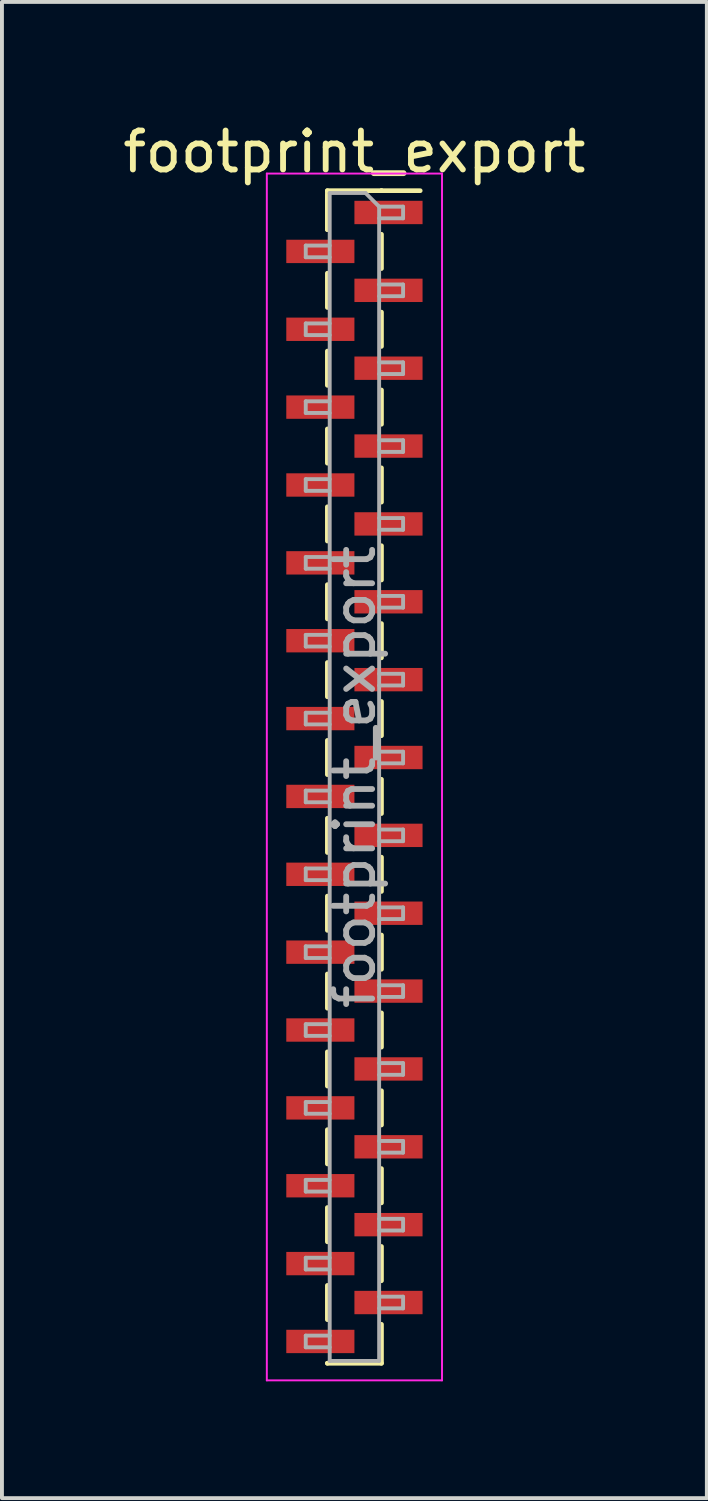
<source format=kicad_pcb>
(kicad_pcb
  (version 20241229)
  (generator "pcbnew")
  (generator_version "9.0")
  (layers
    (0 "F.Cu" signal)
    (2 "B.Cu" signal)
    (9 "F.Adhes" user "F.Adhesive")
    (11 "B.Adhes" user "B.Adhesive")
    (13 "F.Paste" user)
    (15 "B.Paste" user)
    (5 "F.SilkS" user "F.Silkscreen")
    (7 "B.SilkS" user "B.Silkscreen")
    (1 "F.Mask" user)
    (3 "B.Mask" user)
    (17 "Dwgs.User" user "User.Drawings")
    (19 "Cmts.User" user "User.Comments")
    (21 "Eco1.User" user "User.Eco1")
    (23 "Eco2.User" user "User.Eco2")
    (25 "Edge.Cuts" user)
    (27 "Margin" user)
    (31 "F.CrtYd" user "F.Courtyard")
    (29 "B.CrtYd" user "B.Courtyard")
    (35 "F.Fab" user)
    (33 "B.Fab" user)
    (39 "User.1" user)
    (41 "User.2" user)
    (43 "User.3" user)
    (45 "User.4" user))
  (footprint "footprint_export"
    (layer "F.Cu")
    (at 6.054 16.908)
    (property "Reference" "footprint_export" (at 0 -16.06 0) (layer "F.SilkS") (effects (font (size 1 1) (thickness 0.15))))
    (attr smd)
    (fp_line (start -0.695 -15.06) (end -0.695 -14.06) (stroke (width 0.12) (type solid)) (layer "F.SilkS"))
    (fp_line (start -0.695 -15.06) (end 0.695 -15.06) (stroke (width 0.12) (type solid)) (layer "F.SilkS"))
    (fp_line (start -0.695 -14.94) (end -0.695 -14.06) (stroke (width 0.12) (type solid)) (layer "F.SilkS"))
    (fp_line (start -0.695 -12.94) (end -0.695 -12.06) (stroke (width 0.12) (type solid)) (layer "F.SilkS"))
    (fp_line (start -0.695 -10.94) (end -0.695 -10.06) (stroke (width 0.12) (type solid)) (layer "F.SilkS"))
    (fp_line (start -0.695 -8.94) (end -0.695 -8.06) (stroke (width 0.12) (type solid)) (layer "F.SilkS"))
    (fp_line (start -0.695 -6.94) (end -0.695 -6.06) (stroke (width 0.12) (type solid)) (layer "F.SilkS"))
    (fp_line (start -0.695 -4.94) (end -0.695 -4.06) (stroke (width 0.12) (type solid)) (layer "F.SilkS"))
    (fp_line (start -0.695 -2.94) (end -0.695 -2.06) (stroke (width 0.12) (type solid)) (layer "F.SilkS"))
    (fp_line (start -0.695 -0.94) (end -0.695 -0.06) (stroke (width 0.12) (type solid)) (layer "F.SilkS"))
    (fp_line (start -0.695 1.06) (end -0.695 1.94) (stroke (width 0.12) (type solid)) (layer "F.SilkS"))
    (fp_line (start -0.695 3.06) (end -0.695 3.94) (stroke (width 0.12) (type solid)) (layer "F.SilkS"))
    (fp_line (start -0.695 5.06) (end -0.695 5.94) (stroke (width 0.12) (type solid)) (layer "F.SilkS"))
    (fp_line (start -0.695 7.06) (end -0.695 7.94) (stroke (width 0.12) (type solid)) (layer "F.SilkS"))
    (fp_line (start -0.695 9.06) (end -0.695 9.94) (stroke (width 0.12) (type solid)) (layer "F.SilkS"))
    (fp_line (start -0.695 11.06) (end -0.695 11.94) (stroke (width 0.12) (type solid)) (layer "F.SilkS"))
    (fp_line (start -0.695 13.06) (end -0.695 13.94) (stroke (width 0.12) (type solid)) (layer "F.SilkS"))
    (fp_line (start -0.695 15.06) (end -0.695 15.06) (stroke (width 0.12) (type solid)) (layer "F.SilkS"))
    (fp_line (start -0.695 15.06) (end 0.695 15.06) (stroke (width 0.12) (type solid)) (layer "F.SilkS"))
    (fp_line (start 0.695 -15.06) (end 0.695 -15.06) (stroke (width 0.12) (type solid)) (layer "F.SilkS"))
    (fp_line (start 0.695 -15.06) (end 1.69 -15.06) (stroke (width 0.12) (type solid)) (layer "F.SilkS"))
    (fp_line (start 0.695 -13.94) (end 0.695 -13.06) (stroke (width 0.12) (type solid)) (layer "F.SilkS"))
    (fp_line (start 0.695 -11.94) (end 0.695 -11.06) (stroke (width 0.12) (type solid)) (layer "F.SilkS"))
    (fp_line (start 0.695 -9.94) (end 0.695 -9.06) (stroke (width 0.12) (type solid)) (layer "F.SilkS"))
    (fp_line (start 0.695 -7.94) (end 0.695 -7.06) (stroke (width 0.12) (type solid)) (layer "F.SilkS"))
    (fp_line (start 0.695 -5.94) (end 0.695 -5.06) (stroke (width 0.12) (type solid)) (layer "F.SilkS"))
    (fp_line (start 0.695 -3.94) (end 0.695 -3.06) (stroke (width 0.12) (type solid)) (layer "F.SilkS"))
    (fp_line (start 0.695 -1.94) (end 0.695 -1.06) (stroke (width 0.12) (type solid)) (layer "F.SilkS"))
    (fp_line (start 0.695 0.06) (end 0.695 0.94) (stroke (width 0.12) (type solid)) (layer "F.SilkS"))
    (fp_line (start 0.695 2.06) (end 0.695 2.94) (stroke (width 0.12) (type solid)) (layer "F.SilkS"))
    (fp_line (start 0.695 4.06) (end 0.695 4.94) (stroke (width 0.12) (type solid)) (layer "F.SilkS"))
    (fp_line (start 0.695 6.06) (end 0.695 6.94) (stroke (width 0.12) (type solid)) (layer "F.SilkS"))
    (fp_line (start 0.695 8.06) (end 0.695 8.94) (stroke (width 0.12) (type solid)) (layer "F.SilkS"))
    (fp_line (start 0.695 10.06) (end 0.695 10.94) (stroke (width 0.12) (type solid)) (layer "F.SilkS"))
    (fp_line (start 0.695 12.06) (end 0.695 12.94) (stroke (width 0.12) (type solid)) (layer "F.SilkS"))
    (fp_line (start 0.695 14.06) (end 0.695 15.06) (stroke (width 0.12) (type solid)) (layer "F.SilkS"))
    (fp_line (start -2.25 -15.5) (end -2.25 15.5) (stroke (width 0.05) (type solid)) (layer "F.CrtYd"))
    (fp_line (start -2.25 15.5) (end 2.25 15.5) (stroke (width 0.05) (type solid)) (layer "F.CrtYd"))
    (fp_line (start 2.25 -15.5) (end -2.25 -15.5) (stroke (width 0.05) (type solid)) (layer "F.CrtYd"))
    (fp_line (start 2.25 15.5) (end 2.25 -15.5) (stroke (width 0.05) (type solid)) (layer "F.CrtYd"))
    (fp_line (start -1.25 -13.65) (end -1.25 -13.35) (stroke (width 0.1) (type solid)) (layer "F.Fab"))
    (fp_line (start -1.25 -13.35) (end -0.635 -13.35) (stroke (width 0.1) (type solid)) (layer "F.Fab"))
    (fp_line (start -1.25 -11.65) (end -1.25 -11.35) (stroke (width 0.1) (type solid)) (layer "F.Fab"))
    (fp_line (start -1.25 -11.35) (end -0.635 -11.35) (stroke (width 0.1) (type solid)) (layer "F.Fab"))
    (fp_line (start -1.25 -9.65) (end -1.25 -9.35) (stroke (width 0.1) (type solid)) (layer "F.Fab"))
    (fp_line (start -1.25 -9.35) (end -0.635 -9.35) (stroke (width 0.1) (type solid)) (layer "F.Fab"))
    (fp_line (start -1.25 -7.65) (end -1.25 -7.35) (stroke (width 0.1) (type solid)) (layer "F.Fab"))
    (fp_line (start -1.25 -7.35) (end -0.635 -7.35) (stroke (width 0.1) (type solid)) (layer "F.Fab"))
    (fp_line (start -1.25 -5.65) (end -1.25 -5.35) (stroke (width 0.1) (type solid)) (layer "F.Fab"))
    (fp_line (start -1.25 -5.35) (end -0.635 -5.35) (stroke (width 0.1) (type solid)) (layer "F.Fab"))
    (fp_line (start -1.25 -3.65) (end -1.25 -3.35) (stroke (width 0.1) (type solid)) (layer "F.Fab"))
    (fp_line (start -1.25 -3.35) (end -0.635 -3.35) (stroke (width 0.1) (type solid)) (layer "F.Fab"))
    (fp_line (start -1.25 -1.65) (end -1.25 -1.35) (stroke (width 0.1) (type solid)) (layer "F.Fab"))
    (fp_line (start -1.25 -1.35) (end -0.635 -1.35) (stroke (width 0.1) (type solid)) (layer "F.Fab"))
    (fp_line (start -1.25 0.35) (end -1.25 0.65) (stroke (width 0.1) (type solid)) (layer "F.Fab"))
    (fp_line (start -1.25 0.65) (end -0.635 0.65) (stroke (width 0.1) (type solid)) (layer "F.Fab"))
    (fp_line (start -1.25 2.35) (end -1.25 2.65) (stroke (width 0.1) (type solid)) (layer "F.Fab"))
    (fp_line (start -1.25 2.65) (end -0.635 2.65) (stroke (width 0.1) (type solid)) (layer "F.Fab"))
    (fp_line (start -1.25 4.35) (end -1.25 4.65) (stroke (width 0.1) (type solid)) (layer "F.Fab"))
    (fp_line (start -1.25 4.65) (end -0.635 4.65) (stroke (width 0.1) (type solid)) (layer "F.Fab"))
    (fp_line (start -1.25 6.35) (end -1.25 6.65) (stroke (width 0.1) (type solid)) (layer "F.Fab"))
    (fp_line (start -1.25 6.65) (end -0.635 6.65) (stroke (width 0.1) (type solid)) (layer "F.Fab"))
    (fp_line (start -1.25 8.35) (end -1.25 8.65) (stroke (width 0.1) (type solid)) (layer "F.Fab"))
    (fp_line (start -1.25 8.65) (end -0.635 8.65) (stroke (width 0.1) (type solid)) (layer "F.Fab"))
    (fp_line (start -1.25 10.35) (end -1.25 10.65) (stroke (width 0.1) (type solid)) (layer "F.Fab"))
    (fp_line (start -1.25 10.65) (end -0.635 10.65) (stroke (width 0.1) (type solid)) (layer "F.Fab"))
    (fp_line (start -1.25 12.35) (end -1.25 12.65) (stroke (width 0.1) (type solid)) (layer "F.Fab"))
    (fp_line (start -1.25 12.65) (end -0.635 12.65) (stroke (width 0.1) (type solid)) (layer "F.Fab"))
    (fp_line (start -1.25 14.35) (end -1.25 14.65) (stroke (width 0.1) (type solid)) (layer "F.Fab"))
    (fp_line (start -1.25 14.65) (end -0.635 14.65) (stroke (width 0.1) (type solid)) (layer "F.Fab"))
    (fp_line (start -0.635 -15) (end -0.635 15) (stroke (width 0.1) (type solid)) (layer "F.Fab"))
    (fp_line (start -0.635 -15) (end 0.285 -15) (stroke (width 0.1) (type solid)) (layer "F.Fab"))
    (fp_line (start -0.635 -13.65) (end -1.25 -13.65) (stroke (width 0.1) (type solid)) (layer "F.Fab"))
    (fp_line (start -0.635 -11.65) (end -1.25 -11.65) (stroke (width 0.1) (type solid)) (layer "F.Fab"))
    (fp_line (start -0.635 -9.65) (end -1.25 -9.65) (stroke (width 0.1) (type solid)) (layer "F.Fab"))
    (fp_line (start -0.635 -7.65) (end -1.25 -7.65) (stroke (width 0.1) (type solid)) (layer "F.Fab"))
    (fp_line (start -0.635 -5.65) (end -1.25 -5.65) (stroke (width 0.1) (type solid)) (layer "F.Fab"))
    (fp_line (start -0.635 -3.65) (end -1.25 -3.65) (stroke (width 0.1) (type solid)) (layer "F.Fab"))
    (fp_line (start -0.635 -1.65) (end -1.25 -1.65) (stroke (width 0.1) (type solid)) (layer "F.Fab"))
    (fp_line (start -0.635 0.35) (end -1.25 0.35) (stroke (width 0.1) (type solid)) (layer "F.Fab"))
    (fp_line (start -0.635 2.35) (end -1.25 2.35) (stroke (width 0.1) (type solid)) (layer "F.Fab"))
    (fp_line (start -0.635 4.35) (end -1.25 4.35) (stroke (width 0.1) (type solid)) (layer "F.Fab"))
    (fp_line (start -0.635 6.35) (end -1.25 6.35) (stroke (width 0.1) (type solid)) (layer "F.Fab"))
    (fp_line (start -0.635 8.35) (end -1.25 8.35) (stroke (width 0.1) (type solid)) (layer "F.Fab"))
    (fp_line (start -0.635 10.35) (end -1.25 10.35) (stroke (width 0.1) (type solid)) (layer "F.Fab"))
    (fp_line (start -0.635 12.35) (end -1.25 12.35) (stroke (width 0.1) (type solid)) (layer "F.Fab"))
    (fp_line (start -0.635 14.35) (end -1.25 14.35) (stroke (width 0.1) (type solid)) (layer "F.Fab"))
    (fp_line (start 0.635 -14.65) (end 0.285 -15) (stroke (width 0.1) (type solid)) (layer "F.Fab"))
    (fp_line (start 0.635 -14.65) (end 1.25 -14.65) (stroke (width 0.1) (type solid)) (layer "F.Fab"))
    (fp_line (start 0.635 -12.65) (end 1.25 -12.65) (stroke (width 0.1) (type solid)) (layer "F.Fab"))
    (fp_line (start 0.635 -10.65) (end 1.25 -10.65) (stroke (width 0.1) (type solid)) (layer "F.Fab"))
    (fp_line (start 0.635 -8.65) (end 1.25 -8.65) (stroke (width 0.1) (type solid)) (layer "F.Fab"))
    (fp_line (start 0.635 -6.65) (end 1.25 -6.65) (stroke (width 0.1) (type solid)) (layer "F.Fab"))
    (fp_line (start 0.635 -4.65) (end 1.25 -4.65) (stroke (width 0.1) (type solid)) (layer "F.Fab"))
    (fp_line (start 0.635 -2.65) (end 1.25 -2.65) (stroke (width 0.1) (type solid)) (layer "F.Fab"))
    (fp_line (start 0.635 -0.65) (end 1.25 -0.65) (stroke (width 0.1) (type solid)) (layer "F.Fab"))
    (fp_line (start 0.635 1.35) (end 1.25 1.35) (stroke (width 0.1) (type solid)) (layer "F.Fab"))
    (fp_line (start 0.635 3.35) (end 1.25 3.35) (stroke (width 0.1) (type solid)) (layer "F.Fab"))
    (fp_line (start 0.635 5.35) (end 1.25 5.35) (stroke (width 0.1) (type solid)) (layer "F.Fab"))
    (fp_line (start 0.635 7.35) (end 1.25 7.35) (stroke (width 0.1) (type solid)) (layer "F.Fab"))
    (fp_line (start 0.635 9.35) (end 1.25 9.35) (stroke (width 0.1) (type solid)) (layer "F.Fab"))
    (fp_line (start 0.635 11.35) (end 1.25 11.35) (stroke (width 0.1) (type solid)) (layer "F.Fab"))
    (fp_line (start 0.635 13.35) (end 1.25 13.35) (stroke (width 0.1) (type solid)) (layer "F.Fab"))
    (fp_line (start 0.635 15) (end -0.635 15) (stroke (width 0.1) (type solid)) (layer "F.Fab"))
    (fp_line (start 0.635 15) (end 0.635 -14.65) (stroke (width 0.1) (type solid)) (layer "F.Fab"))
    (fp_line (start 1.25 -14.65) (end 1.25 -14.35) (stroke (width 0.1) (type solid)) (layer "F.Fab"))
    (fp_line (start 1.25 -14.35) (end 0.635 -14.35) (stroke (width 0.1) (type solid)) (layer "F.Fab"))
    (fp_line (start 1.25 -12.65) (end 1.25 -12.35) (stroke (width 0.1) (type solid)) (layer "F.Fab"))
    (fp_line (start 1.25 -12.35) (end 0.635 -12.35) (stroke (width 0.1) (type solid)) (layer "F.Fab"))
    (fp_line (start 1.25 -10.65) (end 1.25 -10.35) (stroke (width 0.1) (type solid)) (layer "F.Fab"))
    (fp_line (start 1.25 -10.35) (end 0.635 -10.35) (stroke (width 0.1) (type solid)) (layer "F.Fab"))
    (fp_line (start 1.25 -8.65) (end 1.25 -8.35) (stroke (width 0.1) (type solid)) (layer "F.Fab"))
    (fp_line (start 1.25 -8.35) (end 0.635 -8.35) (stroke (width 0.1) (type solid)) (layer "F.Fab"))
    (fp_line (start 1.25 -6.65) (end 1.25 -6.35) (stroke (width 0.1) (type solid)) (layer "F.Fab"))
    (fp_line (start 1.25 -6.35) (end 0.635 -6.35) (stroke (width 0.1) (type solid)) (layer "F.Fab"))
    (fp_line (start 1.25 -4.65) (end 1.25 -4.35) (stroke (width 0.1) (type solid)) (layer "F.Fab"))
    (fp_line (start 1.25 -4.35) (end 0.635 -4.35) (stroke (width 0.1) (type solid)) (layer "F.Fab"))
    (fp_line (start 1.25 -2.65) (end 1.25 -2.35) (stroke (width 0.1) (type solid)) (layer "F.Fab"))
    (fp_line (start 1.25 -2.35) (end 0.635 -2.35) (stroke (width 0.1) (type solid)) (layer "F.Fab"))
    (fp_line (start 1.25 -0.65) (end 1.25 -0.35) (stroke (width 0.1) (type solid)) (layer "F.Fab"))
    (fp_line (start 1.25 -0.35) (end 0.635 -0.35) (stroke (width 0.1) (type solid)) (layer "F.Fab"))
    (fp_line (start 1.25 1.35) (end 1.25 1.65) (stroke (width 0.1) (type solid)) (layer "F.Fab"))
    (fp_line (start 1.25 1.65) (end 0.635 1.65) (stroke (width 0.1) (type solid)) (layer "F.Fab"))
    (fp_line (start 1.25 3.35) (end 1.25 3.65) (stroke (width 0.1) (type solid)) (layer "F.Fab"))
    (fp_line (start 1.25 3.65) (end 0.635 3.65) (stroke (width 0.1) (type solid)) (layer "F.Fab"))
    (fp_line (start 1.25 5.35) (end 1.25 5.65) (stroke (width 0.1) (type solid)) (layer "F.Fab"))
    (fp_line (start 1.25 5.65) (end 0.635 5.65) (stroke (width 0.1) (type solid)) (layer "F.Fab"))
    (fp_line (start 1.25 7.35) (end 1.25 7.65) (stroke (width 0.1) (type solid)) (layer "F.Fab"))
    (fp_line (start 1.25 7.65) (end 0.635 7.65) (stroke (width 0.1) (type solid)) (layer "F.Fab"))
    (fp_line (start 1.25 9.35) (end 1.25 9.65) (stroke (width 0.1) (type solid)) (layer "F.Fab"))
    (fp_line (start 1.25 9.65) (end 0.635 9.65) (stroke (width 0.1) (type solid)) (layer "F.Fab"))
    (fp_line (start 1.25 11.35) (end 1.25 11.65) (stroke (width 0.1) (type solid)) (layer "F.Fab"))
    (fp_line (start 1.25 11.65) (end 0.635 11.65) (stroke (width 0.1) (type solid)) (layer "F.Fab"))
    (fp_line (start 1.25 13.35) (end 1.25 13.65) (stroke (width 0.1) (type solid)) (layer "F.Fab"))
    (fp_line (start 1.25 13.65) (end 0.635 13.65) (stroke (width 0.1) (type solid)) (layer "F.Fab"))
    (fp_text user "${REFERENCE}" (at 0 0 90) (layer "F.Fab") (effects (font (size 1 1) (thickness 0.15))))
    (pad "1" smd rect (at 0.875 -14.5) (size 1.75 0.6) (layers "F.Cu" "F.Mask" "F.Paste"))
    (pad "2" smd rect (at -0.875 -13.5) (size 1.75 0.6) (layers "F.Cu" "F.Mask" "F.Paste"))
    (pad "3" smd rect (at 0.875 -12.5) (size 1.75 0.6) (layers "F.Cu" "F.Mask" "F.Paste"))
    (pad "4" smd rect (at -0.875 -11.5) (size 1.75 0.6) (layers "F.Cu" "F.Mask" "F.Paste"))
    (pad "5" smd rect (at 0.875 -10.5) (size 1.75 0.6) (layers "F.Cu" "F.Mask" "F.Paste"))
    (pad "6" smd rect (at -0.875 -9.5) (size 1.75 0.6) (layers "F.Cu" "F.Mask" "F.Paste"))
    (pad "7" smd rect (at 0.875 -8.5) (size 1.75 0.6) (layers "F.Cu" "F.Mask" "F.Paste"))
    (pad "8" smd rect (at -0.875 -7.5) (size 1.75 0.6) (layers "F.Cu" "F.Mask" "F.Paste"))
    (pad "9" smd rect (at 0.875 -6.5) (size 1.75 0.6) (layers "F.Cu" "F.Mask" "F.Paste"))
    (pad "10" smd rect (at -0.875 -5.5) (size 1.75 0.6) (layers "F.Cu" "F.Mask" "F.Paste"))
    (pad "11" smd rect (at 0.875 -4.5) (size 1.75 0.6) (layers "F.Cu" "F.Mask" "F.Paste"))
    (pad "12" smd rect (at -0.875 -3.5) (size 1.75 0.6) (layers "F.Cu" "F.Mask" "F.Paste"))
    (pad "13" smd rect (at 0.875 -2.5) (size 1.75 0.6) (layers "F.Cu" "F.Mask" "F.Paste"))
    (pad "14" smd rect (at -0.875 -1.5) (size 1.75 0.6) (layers "F.Cu" "F.Mask" "F.Paste"))
    (pad "15" smd rect (at 0.875 -0.5) (size 1.75 0.6) (layers "F.Cu" "F.Mask" "F.Paste"))
    (pad "16" smd rect (at -0.875 0.5) (size 1.75 0.6) (layers "F.Cu" "F.Mask" "F.Paste"))
    (pad "17" smd rect (at 0.875 1.5) (size 1.75 0.6) (layers "F.Cu" "F.Mask" "F.Paste"))
    (pad "18" smd rect (at -0.875 2.5) (size 1.75 0.6) (layers "F.Cu" "F.Mask" "F.Paste"))
    (pad "19" smd rect (at 0.875 3.5) (size 1.75 0.6) (layers "F.Cu" "F.Mask" "F.Paste"))
    (pad "20" smd rect (at -0.875 4.5) (size 1.75 0.6) (layers "F.Cu" "F.Mask" "F.Paste"))
    (pad "21" smd rect (at 0.875 5.5) (size 1.75 0.6) (layers "F.Cu" "F.Mask" "F.Paste"))
    (pad "22" smd rect (at -0.875 6.5) (size 1.75 0.6) (layers "F.Cu" "F.Mask" "F.Paste"))
    (pad "23" smd rect (at 0.875 7.5) (size 1.75 0.6) (layers "F.Cu" "F.Mask" "F.Paste"))
    (pad "24" smd rect (at -0.875 8.5) (size 1.75 0.6) (layers "F.Cu" "F.Mask" "F.Paste"))
    (pad "25" smd rect (at 0.875 9.5) (size 1.75 0.6) (layers "F.Cu" "F.Mask" "F.Paste"))
    (pad "26" smd rect (at -0.875 10.5) (size 1.75 0.6) (layers "F.Cu" "F.Mask" "F.Paste"))
    (pad "27" smd rect (at 0.875 11.5) (size 1.75 0.6) (layers "F.Cu" "F.Mask" "F.Paste"))
    (pad "28" smd rect (at -0.875 12.5) (size 1.75 0.6) (layers "F.Cu" "F.Mask" "F.Paste"))
    (pad "29" smd rect (at 0.875 13.5) (size 1.75 0.6) (layers "F.Cu" "F.Mask" "F.Paste"))
    (pad "30" smd rect (at -0.875 14.5) (size 1.75 0.6) (layers "F.Cu" "F.Mask" "F.Paste")))
  (gr_rect
    (start -3 -3)
    (end 15.107 35.433)
    (stroke (width 0.1) (type default))
    (fill no)
    (layer "Edge.Cuts")))
</source>
